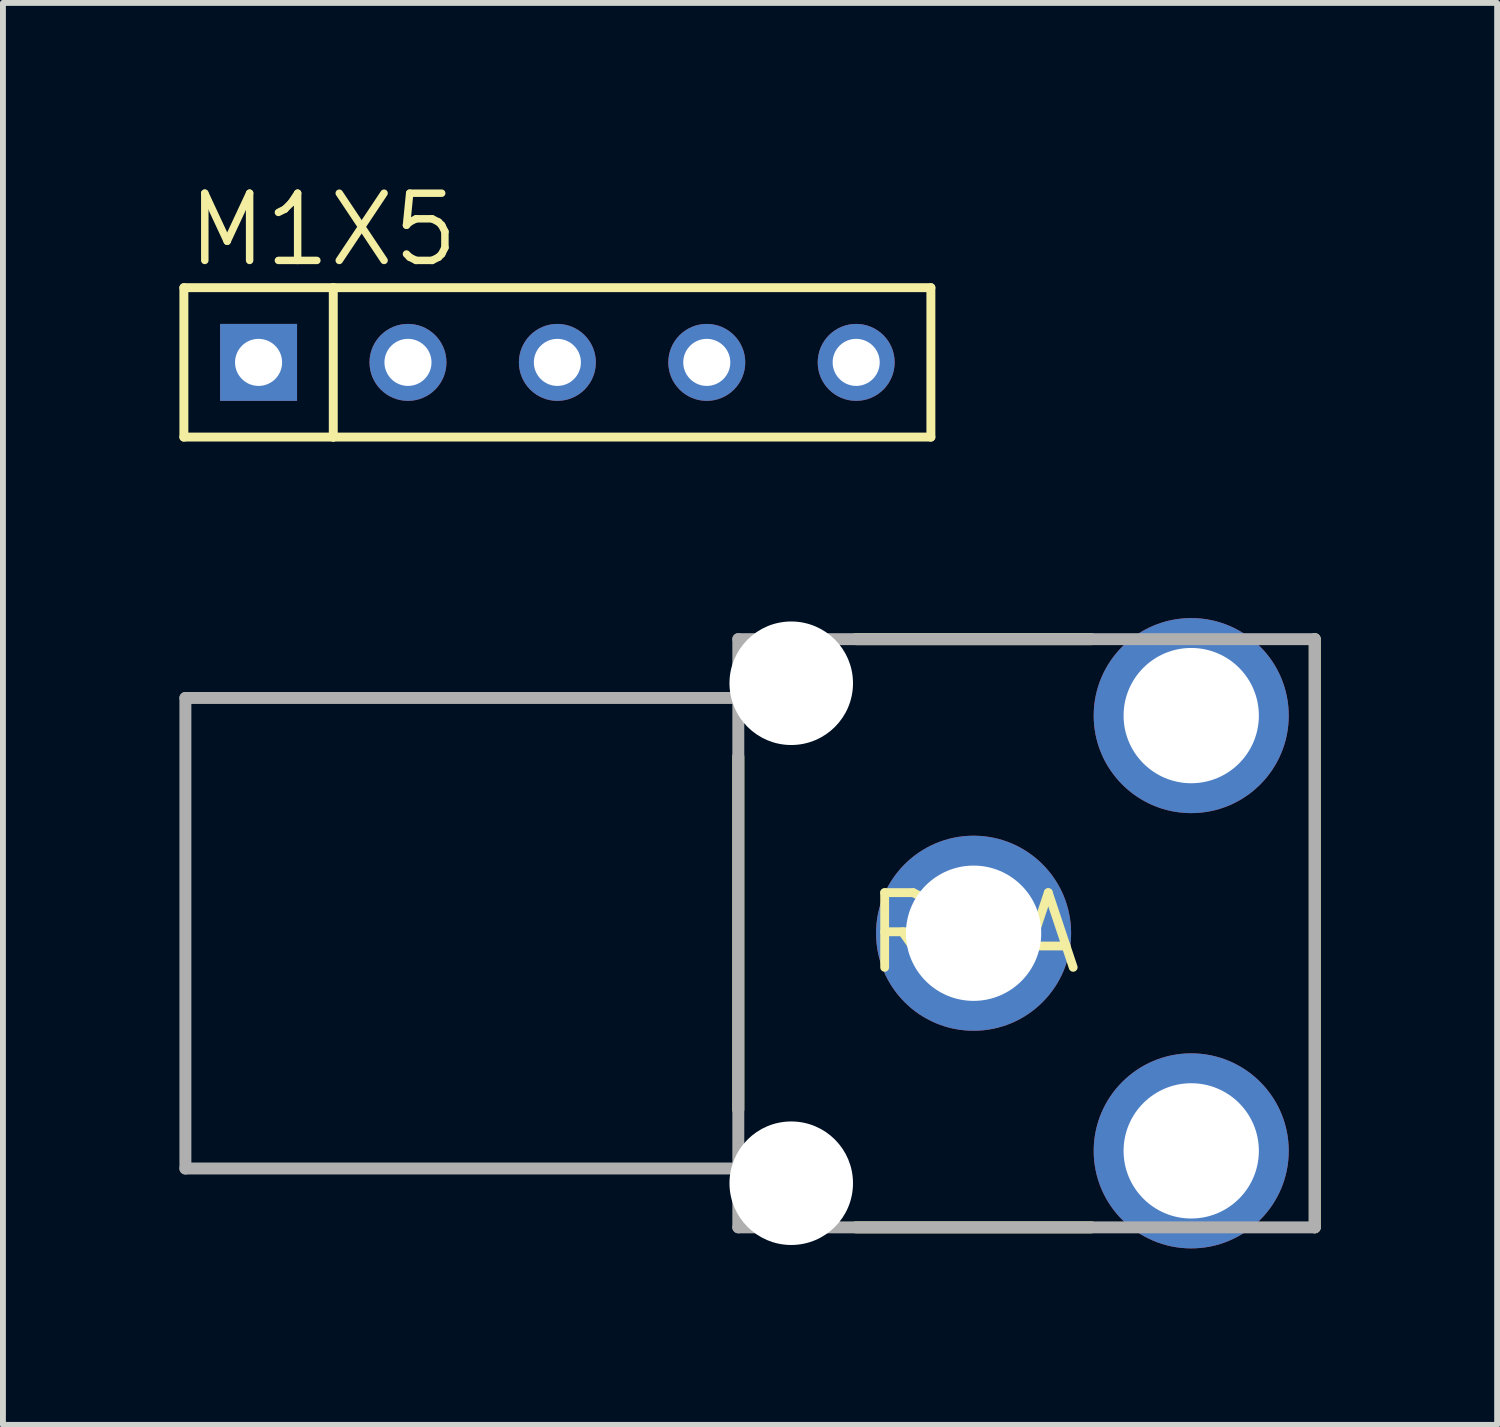
<source format=kicad_pcb>
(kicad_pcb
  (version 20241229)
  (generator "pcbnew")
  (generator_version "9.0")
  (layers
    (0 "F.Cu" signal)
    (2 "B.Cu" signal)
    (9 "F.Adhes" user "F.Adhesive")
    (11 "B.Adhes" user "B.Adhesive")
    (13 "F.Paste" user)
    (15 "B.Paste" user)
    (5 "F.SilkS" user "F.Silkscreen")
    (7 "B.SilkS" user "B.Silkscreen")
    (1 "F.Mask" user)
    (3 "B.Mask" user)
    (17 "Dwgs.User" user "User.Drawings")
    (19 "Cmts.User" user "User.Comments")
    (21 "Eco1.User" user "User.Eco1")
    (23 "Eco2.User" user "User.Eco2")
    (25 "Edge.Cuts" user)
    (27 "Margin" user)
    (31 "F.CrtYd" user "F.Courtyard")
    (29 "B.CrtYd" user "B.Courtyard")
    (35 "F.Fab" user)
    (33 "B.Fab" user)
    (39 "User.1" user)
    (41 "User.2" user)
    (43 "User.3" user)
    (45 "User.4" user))
  (footprint "M1X5"
    (layer "F.Cu")
    (at 6.426 3.111)
    (property "Reference" "M1X5" (at -6.35 -1.587 0) (unlocked yes) (layer "F.SilkS") (effects (font (size 1.143 1.143) (thickness 0.127)) (justify left bottom)))
    (fp_line (start -6.35 -1.27) (end -3.81 -1.27) (stroke (width 0.152) (type solid)) (layer "F.SilkS"))
    (fp_line (start -6.35 1.27) (end -6.35 -1.27) (stroke (width 0.152) (type solid)) (layer "F.SilkS"))
    (fp_line (start -3.81 -1.27) (end 6.35 -1.27) (stroke (width 0.152) (type solid)) (layer "F.SilkS"))
    (fp_line (start -3.81 1.27) (end -6.35 1.27) (stroke (width 0.152) (type solid)) (layer "F.SilkS"))
    (fp_line (start -3.81 1.27) (end -3.81 -1.27) (stroke (width 0.152) (type solid)) (layer "F.SilkS"))
    (fp_line (start 6.35 -1.27) (end 6.35 1.27) (stroke (width 0.152) (type solid)) (layer "F.SilkS"))
    (fp_line (start 6.35 1.27) (end -3.81 1.27) (stroke (width 0.152) (type solid)) (layer "F.SilkS"))
    (pad "1" thru_hole rect (at -5.08 0) (size 1.308 1.308) (drill 0.8) (layers "*.Cu" "*.Mask"))
    (pad "2" thru_hole circle (at -2.54 0) (size 1.308 1.308) (drill 0.8) (layers "*.Cu" "*.Mask"))
    (pad "3" thru_hole circle (at 0 0) (size 1.308 1.308) (drill 0.8) (layers "*.Cu" "*.Mask"))
    (pad "4" thru_hole circle (at 2.54 0) (size 1.308 1.308) (drill 0.8) (layers "*.Cu" "*.Mask"))
    (pad "5" thru_hole circle (at 5.08 0) (size 1.308 1.308) (drill 0.8) (layers "*.Cu" "*.Mask")))
  (footprint "RCA"
    (layer "F.Cu")
    (at 13.502 12.816)
    (property "Reference" "RCA" (at 0 0 0) (layer "F.SilkS") (effects (font (size 1.27 1.27) (thickness 0.15))))
    (fp_line (start -4 -3) (end -4 3) (stroke (width 0.203) (type solid)) (layer "F.SilkS"))
    (fp_line (start -2 -5) (end 2 -5) (stroke (width 0.203) (type solid)) (layer "F.SilkS"))
    (fp_line (start -2 5) (end 2 5) (stroke (width 0.203) (type solid)) (layer "F.SilkS"))
    (fp_line (start 5.8 -5) (end 5.8 5) (stroke (width 0.203) (type solid)) (layer "F.SilkS"))
    (fp_line (start -13.4 -4) (end -13.4 4) (stroke (width 0.203) (type solid)) (layer "F.Fab"))
    (fp_line (start -13.4 4) (end -4 4) (stroke (width 0.203) (type solid)) (layer "F.Fab"))
    (fp_line (start -4 -5) (end -4 5) (stroke (width 0.203) (type solid)) (layer "F.Fab"))
    (fp_line (start -4 -4) (end -13.4 -4) (stroke (width 0.203) (type solid)) (layer "F.Fab"))
    (fp_line (start -4 5) (end 5.8 5) (stroke (width 0.203) (type solid)) (layer "F.Fab"))
    (fp_line (start 5.8 -5) (end -4 -5) (stroke (width 0.203) (type solid)) (layer "F.Fab"))
    (fp_line (start 5.8 5) (end 5.8 -5) (stroke (width 0.203) (type solid)) (layer "F.Fab"))
    (pad "" np_thru_hole circle (at -3.1 -4.25) (size 2.1 2.1) (drill 2.1) (layers "*.Cu" "*.Mask"))
    (pad "" np_thru_hole circle (at -3.1 4.25) (size 2.1 2.1) (drill 2.1) (layers "*.Cu" "*.Mask"))
    (pad "PIN" thru_hole circle (at 3.7 -3.7) (size 3.316 3.316) (drill 2.3) (layers "*.Cu" "*.Mask"))
    (pad "SHELL" thru_hole circle (at 0 0) (size 3.316 3.316) (drill 2.3) (layers "*.Cu" "*.Mask"))
    (pad "SWITCH" thru_hole circle (at 3.7 3.7) (size 3.316 3.316) (drill 2.3) (layers "*.Cu" "*.Mask")))
  (gr_rect
    (start -3 -3)
    (end 22.403 21.174)
    (stroke (width 0.1) (type default))
    (fill no)
    (layer "Edge.Cuts")))
</source>
